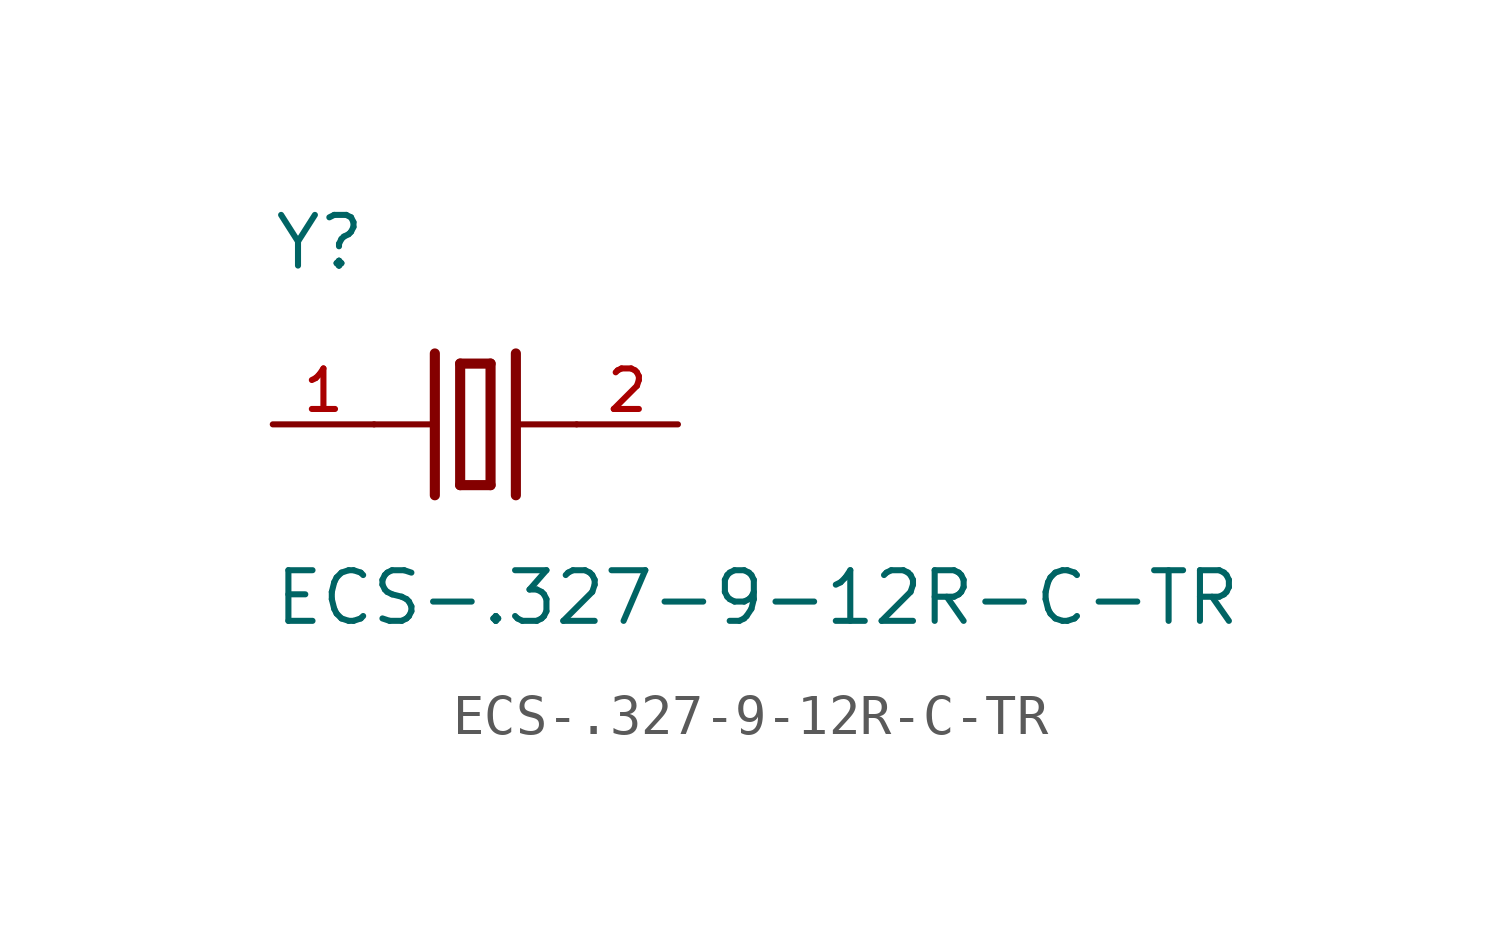
<source format=kicad_sym>
(kicad_symbol_lib
  (version 20211014)
  (generator kicad_symbol_editor)
  (symbol "ECS-.327-9-12R-C-TR"
    (pin_names
      (offset 1.016))
    (property "Reference" "Y"
      (at -5.092 3.819 0)
      (effects (font (size 1.27 1.27)) (justify bottom left)))
    (property "Value" "ECS-.327-9-12R-C-TR"
      (at -5.091 -5.091 0)
      (effects (font (size 1.27 1.27)) (justify bottom left)))
    (symbol "ECS-.327-9-12R-C-TR_0_0"
      (polyline (pts (xy 1.016 0.0) (xy 2.54 0.0)) (stroke (width 0.152)))
      (polyline (pts (xy -2.54 0.0) (xy -1.016 0.0)) (stroke (width 0.152)))
      (polyline (pts (xy -0.381 1.524) (xy -0.381 -1.524)) (stroke (width 0.254)))
      (polyline (pts (xy -0.381 -1.524) (xy 0.381 -1.524)) (stroke (width 0.254)))
      (polyline (pts (xy 0.381 -1.524) (xy 0.381 1.524)) (stroke (width 0.254)))
      (polyline (pts (xy 0.381 1.524) (xy -0.381 1.524)) (stroke (width 0.254)))
      (polyline (pts (xy 1.016 1.778) (xy 1.016 -1.778)) (stroke (width 0.254)))
      (polyline (pts (xy -1.016 1.778) (xy -1.016 -1.778)) (stroke (width 0.254)))
      (pin passive line (at 5.08 0.0 180.0) (length 2.54) (name "~" (effects (font (size 1.016 1.016)))) (number "2" (effects (font (size 1.016 1.016)))))
      (pin passive line (at -5.08 0.0 0) (length 2.54) (name "~" (effects (font (size 1.016 1.016)))) (number "1" (effects (font (size 1.016 1.016))))))))
</source>
